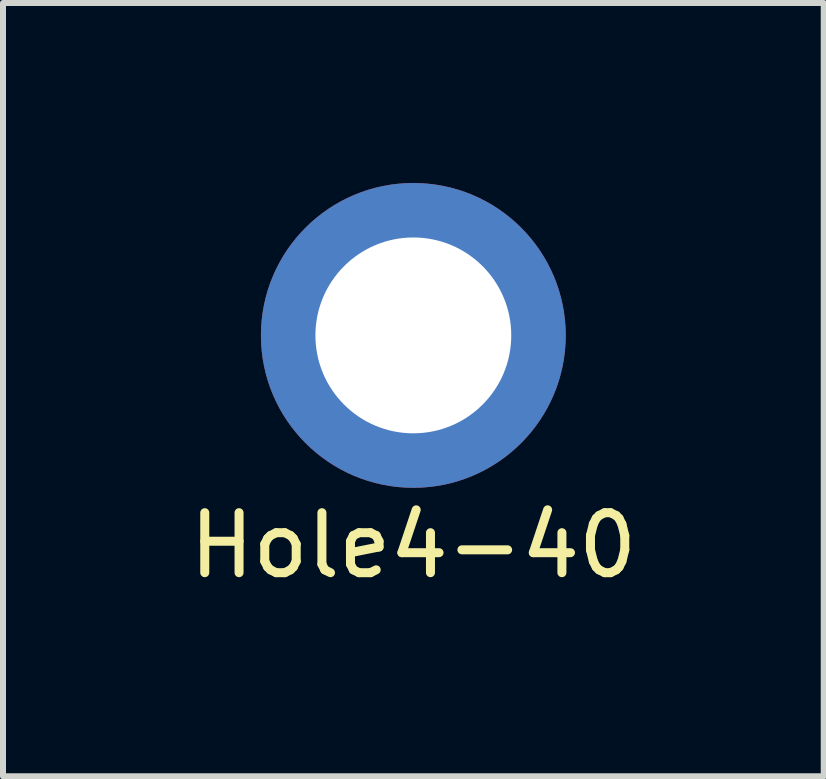
<source format=kicad_pcb>
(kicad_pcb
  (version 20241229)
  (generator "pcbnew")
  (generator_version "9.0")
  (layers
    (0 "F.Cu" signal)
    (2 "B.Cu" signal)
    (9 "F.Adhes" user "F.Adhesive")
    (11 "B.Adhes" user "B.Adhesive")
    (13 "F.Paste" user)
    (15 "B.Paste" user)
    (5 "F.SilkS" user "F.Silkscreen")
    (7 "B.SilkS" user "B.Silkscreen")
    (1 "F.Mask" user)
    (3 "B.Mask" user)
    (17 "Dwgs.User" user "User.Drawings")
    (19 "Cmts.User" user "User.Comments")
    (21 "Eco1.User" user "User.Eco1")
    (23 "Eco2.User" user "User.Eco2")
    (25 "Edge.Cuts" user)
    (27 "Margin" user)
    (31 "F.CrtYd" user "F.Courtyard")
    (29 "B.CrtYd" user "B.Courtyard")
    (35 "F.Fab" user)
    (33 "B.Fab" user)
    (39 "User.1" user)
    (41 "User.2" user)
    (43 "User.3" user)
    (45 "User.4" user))
  (footprint "Hole4-40"
    (layer "F.Cu")
    (at 3.839 2.54)
    (property "Reference" "Hole4-40" (at 0 3.5 0) (layer "F.SilkS") (effects (font (size 1 1) (thickness 0.15))))
    (attr through_hole)
    (pad "1" thru_hole circle (at 0 0) (size 5.08 5.08) (drill 3.264) (layers "*.Cu" "*.Mask")))
  (gr_rect
    (start -3 -3)
    (end 10.679 9.888)
    (stroke (width 0.1) (type default))
    (fill no)
    (layer "Edge.Cuts")))
</source>
